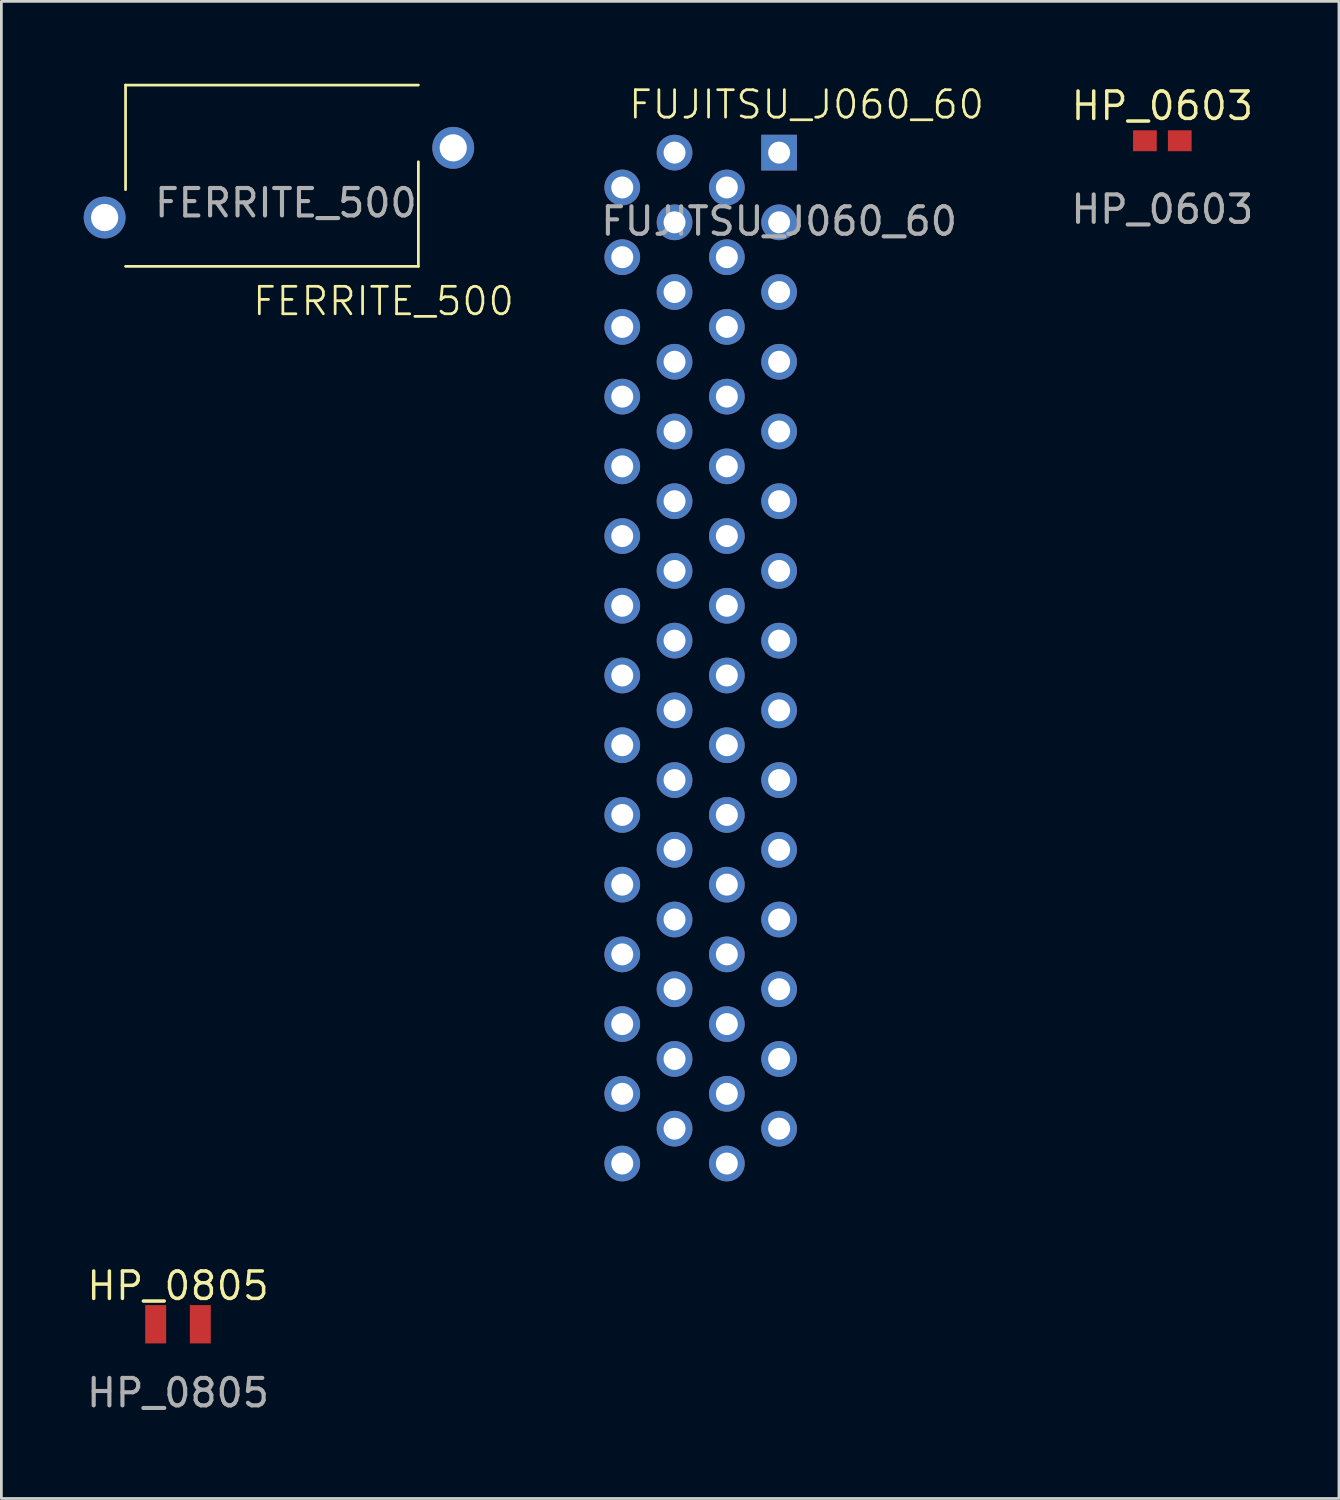
<source format=kicad_pcb>
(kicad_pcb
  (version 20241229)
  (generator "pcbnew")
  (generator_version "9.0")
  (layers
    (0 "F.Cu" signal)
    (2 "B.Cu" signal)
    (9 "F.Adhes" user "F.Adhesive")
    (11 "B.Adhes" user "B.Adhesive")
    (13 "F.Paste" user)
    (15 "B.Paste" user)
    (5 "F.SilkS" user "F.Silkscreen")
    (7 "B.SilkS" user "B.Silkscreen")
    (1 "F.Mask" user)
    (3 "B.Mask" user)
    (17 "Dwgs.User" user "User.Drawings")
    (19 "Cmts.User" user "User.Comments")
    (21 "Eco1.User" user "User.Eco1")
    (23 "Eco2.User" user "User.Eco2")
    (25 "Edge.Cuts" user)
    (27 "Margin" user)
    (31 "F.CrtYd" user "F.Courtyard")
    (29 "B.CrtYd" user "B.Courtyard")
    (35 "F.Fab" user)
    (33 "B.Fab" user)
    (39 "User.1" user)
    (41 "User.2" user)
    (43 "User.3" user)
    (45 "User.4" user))
  (footprint "HP_0603"
    (layer "F.Cu")
    (at 39.296 2.078)
    (property "Reference" "HP_0603" (at 0 -1.27 0) (unlocked yes) (layer "F.SilkS") (effects (font (size 1 1) (thickness 0.127))))
    (attr smd)
    (fp_text user "${REFERENCE}" (at 0 2.5 0) (unlocked yes) (layer "F.Fab") (effects (font (size 1 1) (thickness 0.15))))
    (pad "1" smd rect (at -0.635 0 180) (size 0.864 0.762) (layers "F.Cu" "F.Mask" "F.Paste"))
    (pad "2" smd rect (at 0.635 0 180) (size 0.864 0.762) (layers "F.Cu" "F.Mask" "F.Paste")))
  (footprint "HP_0805"
    (layer "F.Cu")
    (at 3.435 45.195)
    (property "Reference" "HP_0805" (at 0 -1.397 0) (unlocked yes) (layer "F.SilkS") (effects (font (size 1 1) (thickness 0.127))))
    (attr smd)
    (fp_text user "${REFERENCE}" (at 0 2.5 0) (unlocked yes) (layer "F.Fab") (effects (font (size 1 1) (thickness 0.15))))
    (pad "1" smd rect (at -0.813 0 180) (size 0.762 1.397) (layers "F.Cu" "F.Mask" "F.Paste"))
    (pad "2" smd rect (at 0.813 0 180) (size 0.762 1.397) (layers "F.Cu" "F.Mask" "F.Paste")))
  (footprint "FUJITSU_J060_60"
    (layer "F.Cu")
    (at 25.335 2.51)
    (property "Reference" "FUJITSU_J060_60" (at 1 -1.75 0) (unlocked yes) (layer "F.SilkS") (effects (font (size 1 1) (thickness 0.1))))
    (attr smd)
    (fp_text user "${REFERENCE}" (at 0 2.5 0) (unlocked yes) (layer "F.Fab") (effects (font (size 1 1) (thickness 0.15))))
    (pad "1" thru_hole rect (at 0 0) (size 1.3 1.3) (drill 0.8) (layers "*.Cu" "*.Mask"))
    (pad "2" thru_hole circle (at -3.81 0) (size 1.3 1.3) (drill 0.8) (layers "*.Cu" "*.Mask"))
    (pad "3" thru_hole circle (at -1.905 1.27) (size 1.3 1.3) (drill 0.8) (layers "*.Cu" "*.Mask"))
    (pad "4" thru_hole circle (at -5.715 1.27) (size 1.3 1.3) (drill 0.8) (layers "*.Cu" "*.Mask"))
    (pad "5" thru_hole circle (at 0 2.54) (size 1.3 1.3) (drill 0.8) (layers "*.Cu" "*.Mask"))
    (pad "6" thru_hole circle (at -3.81 2.54) (size 1.3 1.3) (drill 0.8) (layers "*.Cu" "*.Mask"))
    (pad "7" thru_hole circle (at -1.905 3.81) (size 1.3 1.3) (drill 0.8) (layers "*.Cu" "*.Mask"))
    (pad "8" thru_hole circle (at -5.715 3.81) (size 1.3 1.3) (drill 0.8) (layers "*.Cu" "*.Mask"))
    (pad "9" thru_hole circle (at 0 5.08) (size 1.3 1.3) (drill 0.8) (layers "*.Cu" "*.Mask"))
    (pad "10" thru_hole circle (at -3.81 5.08) (size 1.3 1.3) (drill 0.8) (layers "*.Cu" "*.Mask"))
    (pad "11" thru_hole circle (at -1.905 6.35) (size 1.3 1.3) (drill 0.8) (layers "*.Cu" "*.Mask"))
    (pad "12" thru_hole circle (at -5.715 6.35) (size 1.3 1.3) (drill 0.8) (layers "*.Cu" "*.Mask"))
    (pad "13" thru_hole circle (at 0 7.62) (size 1.3 1.3) (drill 0.8) (layers "*.Cu" "*.Mask"))
    (pad "14" thru_hole circle (at -3.81 7.62) (size 1.3 1.3) (drill 0.8) (layers "*.Cu" "*.Mask"))
    (pad "15" thru_hole circle (at -1.905 8.89) (size 1.3 1.3) (drill 0.8) (layers "*.Cu" "*.Mask"))
    (pad "16" thru_hole circle (at -5.715 8.89) (size 1.3 1.3) (drill 0.8) (layers "*.Cu" "*.Mask"))
    (pad "17" thru_hole circle (at 0 10.16) (size 1.3 1.3) (drill 0.8) (layers "*.Cu" "*.Mask"))
    (pad "18" thru_hole circle (at -3.81 10.16) (size 1.3 1.3) (drill 0.8) (layers "*.Cu" "*.Mask"))
    (pad "19" thru_hole circle (at -1.905 11.43) (size 1.3 1.3) (drill 0.8) (layers "*.Cu" "*.Mask"))
    (pad "20" thru_hole circle (at -5.715 11.43) (size 1.3 1.3) (drill 0.8) (layers "*.Cu" "*.Mask"))
    (pad "21" thru_hole circle (at 0 12.7) (size 1.3 1.3) (drill 0.8) (layers "*.Cu" "*.Mask"))
    (pad "22" thru_hole circle (at -3.81 12.7) (size 1.3 1.3) (drill 0.8) (layers "*.Cu" "*.Mask"))
    (pad "23" thru_hole circle (at -1.905 13.97) (size 1.3 1.3) (drill 0.8) (layers "*.Cu" "*.Mask"))
    (pad "24" thru_hole circle (at -5.715 13.97) (size 1.3 1.3) (drill 0.8) (layers "*.Cu" "*.Mask"))
    (pad "25" thru_hole circle (at 0 15.24) (size 1.3 1.3) (drill 0.8) (layers "*.Cu" "*.Mask"))
    (pad "26" thru_hole circle (at -3.81 15.24) (size 1.3 1.3) (drill 0.8) (layers "*.Cu" "*.Mask"))
    (pad "27" thru_hole circle (at -1.905 16.51) (size 1.3 1.3) (drill 0.8) (layers "*.Cu" "*.Mask"))
    (pad "28" thru_hole circle (at -5.715 16.51) (size 1.3 1.3) (drill 0.8) (layers "*.Cu" "*.Mask"))
    (pad "29" thru_hole circle (at 0 17.78) (size 1.3 1.3) (drill 0.8) (layers "*.Cu" "*.Mask"))
    (pad "30" thru_hole circle (at -3.81 17.78) (size 1.3 1.3) (drill 0.8) (layers "*.Cu" "*.Mask"))
    (pad "31" thru_hole circle (at -1.905 19.05) (size 1.3 1.3) (drill 0.8) (layers "*.Cu" "*.Mask"))
    (pad "32" thru_hole circle (at -5.715 19.05) (size 1.3 1.3) (drill 0.8) (layers "*.Cu" "*.Mask"))
    (pad "33" thru_hole circle (at 0 20.32) (size 1.3 1.3) (drill 0.8) (layers "*.Cu" "*.Mask"))
    (pad "34" thru_hole circle (at -3.81 20.32) (size 1.3 1.3) (drill 0.8) (layers "*.Cu" "*.Mask"))
    (pad "35" thru_hole circle (at -1.905 21.59) (size 1.3 1.3) (drill 0.8) (layers "*.Cu" "*.Mask"))
    (pad "36" thru_hole circle (at -5.715 21.59) (size 1.3 1.3) (drill 0.8) (layers "*.Cu" "*.Mask"))
    (pad "37" thru_hole circle (at 0 22.86) (size 1.3 1.3) (drill 0.8) (layers "*.Cu" "*.Mask"))
    (pad "38" thru_hole circle (at -3.81 22.86) (size 1.3 1.3) (drill 0.8) (layers "*.Cu" "*.Mask"))
    (pad "39" thru_hole circle (at -1.905 24.13) (size 1.3 1.3) (drill 0.8) (layers "*.Cu" "*.Mask"))
    (pad "40" thru_hole circle (at -5.715 24.13) (size 1.3 1.3) (drill 0.8) (layers "*.Cu" "*.Mask"))
    (pad "41" thru_hole circle (at 0 25.4) (size 1.3 1.3) (drill 0.8) (layers "*.Cu" "*.Mask"))
    (pad "42" thru_hole circle (at -3.81 25.4) (size 1.3 1.3) (drill 0.8) (layers "*.Cu" "*.Mask"))
    (pad "43" thru_hole circle (at -1.905 26.67) (size 1.3 1.3) (drill 0.8) (layers "*.Cu" "*.Mask"))
    (pad "44" thru_hole circle (at -5.715 26.67) (size 1.3 1.3) (drill 0.8) (layers "*.Cu" "*.Mask"))
    (pad "45" thru_hole circle (at 0 27.94) (size 1.3 1.3) (drill 0.8) (layers "*.Cu" "*.Mask"))
    (pad "46" thru_hole circle (at -3.81 27.94) (size 1.3 1.3) (drill 0.8) (layers "*.Cu" "*.Mask"))
    (pad "47" thru_hole circle (at -1.905 29.21) (size 1.3 1.3) (drill 0.8) (layers "*.Cu" "*.Mask"))
    (pad "48" thru_hole circle (at -5.715 29.21) (size 1.3 1.3) (drill 0.8) (layers "*.Cu" "*.Mask"))
    (pad "49" thru_hole circle (at 0 30.48) (size 1.3 1.3) (drill 0.8) (layers "*.Cu" "*.Mask"))
    (pad "50" thru_hole circle (at -3.81 30.48) (size 1.3 1.3) (drill 0.8) (layers "*.Cu" "*.Mask"))
    (pad "51" thru_hole circle (at -1.905 31.75) (size 1.3 1.3) (drill 0.8) (layers "*.Cu" "*.Mask"))
    (pad "52" thru_hole circle (at -5.715 31.75) (size 1.3 1.3) (drill 0.8) (layers "*.Cu" "*.Mask"))
    (pad "53" thru_hole circle (at 0 33.02) (size 1.3 1.3) (drill 0.8) (layers "*.Cu" "*.Mask"))
    (pad "54" thru_hole circle (at -3.81 33.02) (size 1.3 1.3) (drill 0.8) (layers "*.Cu" "*.Mask"))
    (pad "55" thru_hole circle (at -1.905 34.29) (size 1.3 1.3) (drill 0.8) (layers "*.Cu" "*.Mask"))
    (pad "56" thru_hole circle (at -5.715 34.29) (size 1.3 1.3) (drill 0.8) (layers "*.Cu" "*.Mask"))
    (pad "57" thru_hole circle (at 0 35.56) (size 1.3 1.3) (drill 0.8) (layers "*.Cu" "*.Mask"))
    (pad "58" thru_hole circle (at -3.81 35.56) (size 1.3 1.3) (drill 0.8) (layers "*.Cu" "*.Mask"))
    (pad "59" thru_hole circle (at -1.905 36.83) (size 1.3 1.3) (drill 0.8) (layers "*.Cu" "*.Mask"))
    (pad "60" thru_hole circle (at -5.715 36.83) (size 1.3 1.3) (drill 0.8) (layers "*.Cu" "*.Mask")))
  (footprint "FERRITE_500"
    (layer "F.Cu")
    (at 13.462 2.336)
    (property "Reference" "FERRITE_500" (at -2.54 5.588 0) (unlocked yes) (layer "F.SilkS") (effects (font (size 1 1) (thickness 0.1))))
    (attr smd)
    (fp_line (start -11.938 -2.286) (end -11.938 1.524) (stroke (width 0.1) (type default)) (layer "F.SilkS"))
    (fp_line (start -1.27 -2.286) (end -11.938 -2.286) (stroke (width 0.1) (type default)) (layer "F.SilkS"))
    (fp_line (start -1.27 4.318) (end -11.938 4.318) (stroke (width 0.1) (type default)) (layer "F.SilkS"))
    (fp_line (start -1.27 4.318) (end -1.27 0.508) (stroke (width 0.1) (type default)) (layer "F.SilkS"))
    (fp_text user "${REFERENCE}" (at -6.096 2.008 0) (unlocked yes) (layer "F.Fab") (effects (font (size 1 1) (thickness 0.15))))
    (pad "1" thru_hole circle (at 0 0) (size 1.524 1.524) (drill 0.991) (layers "*.Cu" "*.Mask"))
    (pad "2" thru_hole circle (at -12.7 2.54) (size 1.524 1.524) (drill 0.991) (layers "*.Cu" "*.Mask")))
  (gr_rect
    (start -3 -3)
    (end 45.73 51.544)
    (stroke (width 0.1) (type default))
    (fill no)
    (layer "Edge.Cuts")))
</source>
